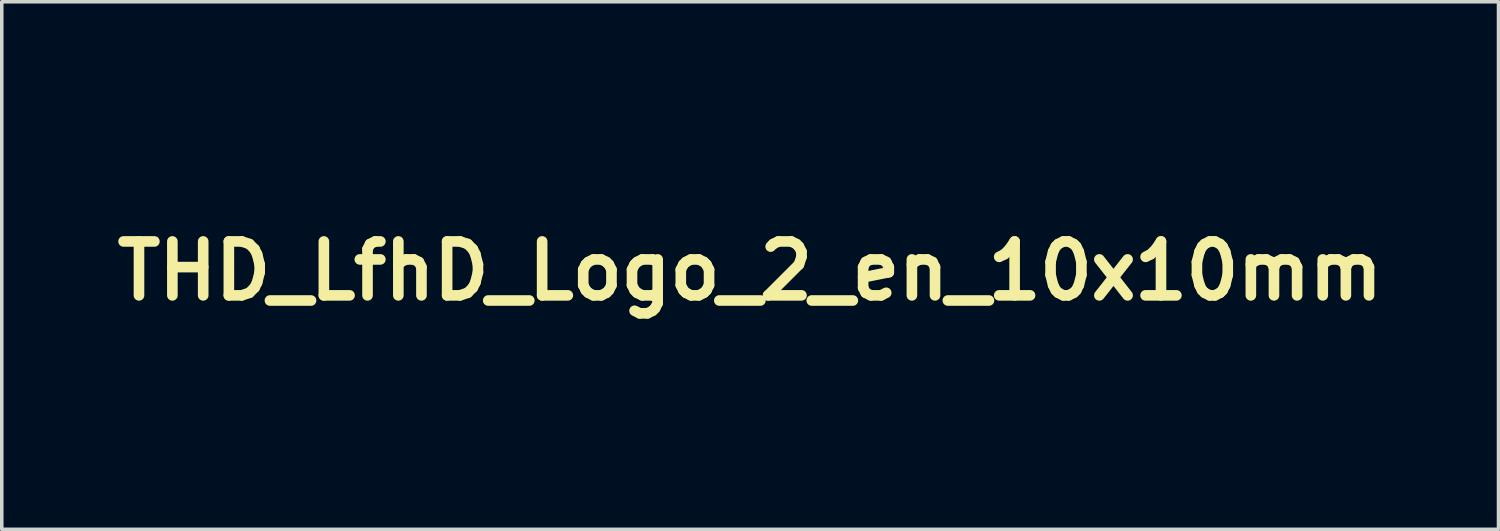
<source format=kicad_pcb>
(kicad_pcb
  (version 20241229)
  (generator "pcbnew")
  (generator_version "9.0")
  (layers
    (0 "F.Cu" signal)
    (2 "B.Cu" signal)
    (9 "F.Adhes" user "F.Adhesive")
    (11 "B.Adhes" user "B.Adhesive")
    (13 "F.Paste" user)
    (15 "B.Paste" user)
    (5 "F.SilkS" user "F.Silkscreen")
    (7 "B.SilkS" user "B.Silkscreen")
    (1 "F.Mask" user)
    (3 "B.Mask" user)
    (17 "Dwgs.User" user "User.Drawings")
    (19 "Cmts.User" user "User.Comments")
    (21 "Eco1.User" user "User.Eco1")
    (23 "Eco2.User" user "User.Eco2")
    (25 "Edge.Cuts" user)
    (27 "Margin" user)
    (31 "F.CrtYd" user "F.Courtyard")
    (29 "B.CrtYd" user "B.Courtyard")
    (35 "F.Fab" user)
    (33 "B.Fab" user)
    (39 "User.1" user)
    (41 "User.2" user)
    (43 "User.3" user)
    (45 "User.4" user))
  (footprint "THD_LfhD_Logo_2_en_10x10mm"
    (layer "F.Cu")
    (at 18.15 4.608)
    (property "Reference" "THD_LfhD_Logo_2_en_10x10mm" (at 0 0 0) (layer "F.SilkS") (effects (font (size 1.524 1.524) (thickness 0.3))))
    (attr through_hole)
    (fp_poly (pts (xy 0.204 3.513) (xy 0.287 3.523) (xy 0.304 4.294) (xy 0.121 4.294) (xy 0.121 3.504) (xy 0.204 3.513)) (stroke (width 0.01) (type solid)) (fill yes) (layer "F.Mask"))
    (fp_poly (pts (xy 1.897 -4.589) (xy 2.404 -4.581) (xy 2.404 -0.953) (xy 1.391 -0.936) (xy 1.391 -4.598) (xy 1.897 -4.589)) (stroke (width 0.01) (type solid)) (fill yes) (layer "F.Mask"))
    (fp_poly (pts (xy -3.273 3.513) (xy -3.19 3.523) (xy -3.19 4.279) (xy -3.273 4.288) (xy -3.356 4.298) (xy -3.356 3.504) (xy -3.273 3.513)) (stroke (width 0.01) (type solid)) (fill yes) (layer "F.Mask"))
    (fp_poly (pts (xy -2.073 3.523) (xy -2.047 3.548) (xy -2.041 3.593) (xy -2.037 3.685) (xy -2.036 3.809) (xy -2.036 3.934) (xy -2.041 4.279) (xy -2.207 4.298) (xy -2.207 3.508) (xy -2.135 3.508) (xy -2.073 3.523)) (stroke (width 0.01) (type solid)) (fill yes) (layer "F.Mask"))
    (fp_poly (pts (xy -0.403 3.51) (xy -0.382 3.523) (xy -0.37 3.559) (xy -0.364 3.628) (xy -0.363 3.742) (xy -0.363 3.81) (xy -0.363 4.112) (xy 0.03 4.112) (xy 0.03 4.294) (xy -0.529 4.294) (xy -0.52 3.901) (xy -0.511 3.508) (xy -0.437 3.508) (xy -0.403 3.51)) (stroke (width 0.01) (type solid)) (fill yes) (layer "F.Mask"))
    (fp_poly (pts (xy -1.27 3.598) (xy -1.275 3.656) (xy -1.301 3.682) (xy -1.365 3.689) (xy -1.391 3.689) (xy -1.512 3.689) (xy -1.512 4.294) (xy -1.663 4.294) (xy -1.663 3.689) (xy -1.784 3.689) (xy -1.862 3.685) (xy -1.896 3.666) (xy -1.905 3.618) (xy -1.905 3.598) (xy -1.905 3.508) (xy -1.27 3.508) (xy -1.27 3.598)) (stroke (width 0.01) (type solid)) (fill yes) (layer "F.Mask"))
    (fp_poly (pts (xy 1.119 2.268) (xy 1.114 2.326) (xy 1.088 2.352) (xy 1.024 2.358) (xy 0.998 2.359) (xy 0.877 2.359) (xy 0.877 2.963) (xy 0.726 2.963) (xy 0.726 2.359) (xy 0.605 2.359) (xy 0.527 2.355) (xy 0.493 2.336) (xy 0.484 2.287) (xy 0.484 2.268) (xy 0.484 2.177) (xy 1.119 2.177) (xy 1.119 2.268)) (stroke (width 0.01) (type solid)) (fill yes) (layer "F.Mask"))
    (fp_poly (pts (xy 1.572 -0.333) (xy 1.568 -0.274) (xy 1.542 -0.249) (xy 1.477 -0.242) (xy 1.451 -0.242) (xy 1.33 -0.242) (xy 1.33 0.363) (xy 1.179 0.363) (xy 1.179 -0.242) (xy 1.058 -0.242) (xy 0.981 -0.245) (xy 0.946 -0.265) (xy 0.938 -0.313) (xy 0.937 -0.333) (xy 0.937 -0.423) (xy 1.572 -0.423) (xy 1.572 -0.333)) (stroke (width 0.01) (type solid)) (fill yes) (layer "F.Mask"))
    (fp_poly (pts (xy -0.423 -0.968) (xy -0.932 -0.968) (xy -1.102 -0.969) (xy -1.25 -0.972) (xy -1.366 -0.977) (xy -1.44 -0.983) (xy -1.462 -0.988) (xy -1.465 -1.021) (xy -1.469 -1.109) (xy -1.472 -1.246) (xy -1.475 -1.426) (xy -1.478 -1.643) (xy -1.48 -1.892) (xy -1.481 -2.167) (xy -1.482 -2.462) (xy -1.482 -2.545) (xy -1.482 -4.082) (xy -0.423 -4.082) (xy -0.423 -0.968)) (stroke (width 0.01) (type solid)) (fill yes) (layer "F.Mask"))
    (fp_poly (pts (xy 1.111 -2.759) (xy 1.104 -0.922) (xy 0.99 -0.913) (xy 0.901 -0.916) (xy 0.862 -0.943) (xy 0.857 -0.983) (xy 0.853 -1.075) (xy 0.849 -1.211) (xy 0.845 -1.382) (xy 0.842 -1.581) (xy 0.839 -1.798) (xy 0.839 -1.799) (xy 0.832 -2.616) (xy 0.333 -2.619) (xy -0.166 -2.622) (xy -0.176 -2.763) (xy -0.185 -2.903) (xy 0.847 -2.903) (xy 0.847 -4.596) (xy 1.119 -4.596) (xy 1.111 -2.759)) (stroke (width 0.01) (type solid)) (fill yes) (layer "F.Mask"))
    (fp_poly (pts (xy 2.449 3.598) (xy 2.445 3.656) (xy 2.419 3.682) (xy 2.354 3.689) (xy 2.328 3.689) (xy 2.207 3.689) (xy 2.207 4.294) (xy 2.026 4.294) (xy 2.026 3.689) (xy 1.922 3.689) (xy 1.832 3.677) (xy 1.792 3.638) (xy 1.799 3.568) (xy 1.813 3.541) (xy 1.84 3.523) (xy 1.893 3.513) (xy 1.983 3.509) (xy 2.121 3.508) (xy 2.134 3.508) (xy 2.449 3.508) (xy 2.449 3.598)) (stroke (width 0.01) (type solid)) (fill yes) (layer "F.Mask"))
    (fp_poly (pts (xy 3.712 3.513) (xy 3.76 3.528) (xy 3.808 3.569) (xy 3.866 3.644) (xy 3.931 3.747) (xy 4.067 3.972) (xy 4.076 3.74) (xy 4.085 3.508) (xy 4.264 3.508) (xy 4.264 4.298) (xy 4.167 4.288) (xy 4.116 4.277) (xy 4.071 4.248) (xy 4.023 4.191) (xy 3.96 4.095) (xy 3.933 4.052) (xy 3.795 3.825) (xy 3.786 4.059) (xy 3.781 4.177) (xy 3.772 4.247) (xy 3.757 4.281) (xy 3.729 4.293) (xy 3.703 4.294) (xy 3.629 4.294) (xy 3.629 3.504) (xy 3.712 3.513)) (stroke (width 0.01) (type solid)) (fill yes) (layer "F.Mask"))
    (fp_poly (pts (xy 2.588 3.509) (xy 2.608 3.521) (xy 2.621 3.551) (xy 2.627 3.611) (xy 2.63 3.71) (xy 2.631 3.857) (xy 2.631 3.901) (xy 2.63 4.061) (xy 2.628 4.17) (xy 2.623 4.239) (xy 2.612 4.276) (xy 2.594 4.291) (xy 2.567 4.294) (xy 2.56 4.294) (xy 2.497 4.286) (xy 2.469 4.274) (xy 2.459 4.233) (xy 2.452 4.147) (xy 2.45 4.031) (xy 2.453 3.9) (xy 2.459 3.769) (xy 2.469 3.666) (xy 2.483 3.573) (xy 2.502 3.526) (xy 2.535 3.509) (xy 2.559 3.508) (xy 2.588 3.509)) (stroke (width 0.01) (type solid)) (fill yes) (layer "F.Mask"))
    (fp_poly (pts (xy -1.217 0.913) (xy -1.134 0.922) (xy -1.128 1.308) (xy -1.122 1.693) (xy -1.211 1.693) (xy -1.264 1.69) (xy -1.29 1.669) (xy -1.299 1.616) (xy -1.3 1.542) (xy -1.3 1.391) (xy -1.603 1.391) (xy -1.603 1.542) (xy -1.605 1.632) (xy -1.617 1.676) (xy -1.649 1.692) (xy -1.694 1.693) (xy -1.786 1.693) (xy -1.769 0.922) (xy -1.686 0.913) (xy -1.637 0.91) (xy -1.612 0.928) (xy -1.604 0.98) (xy -1.603 1.056) (xy -1.603 1.21) (xy -1.3 1.21) (xy -1.3 1.056) (xy -1.298 0.966) (xy -1.287 0.922) (xy -1.259 0.91) (xy -1.217 0.913)) (stroke (width 0.01) (type solid)) (fill yes) (layer "F.Mask"))
    (fp_poly (pts (xy 2.277 2.189) (xy 2.401 2.23) (xy 2.482 2.305) (xy 2.526 2.421) (xy 2.54 2.583) (xy 2.54 2.592) (xy 2.525 2.741) (xy 2.475 2.848) (xy 2.385 2.917) (xy 2.25 2.954) (xy 2.109 2.962) (xy 1.875 2.963) (xy 1.875 2.359) (xy 2.056 2.359) (xy 2.056 2.782) (xy 2.167 2.782) (xy 2.257 2.769) (xy 2.329 2.736) (xy 2.334 2.732) (xy 2.376 2.658) (xy 2.388 2.559) (xy 2.368 2.463) (xy 2.339 2.414) (xy 2.261 2.37) (xy 2.172 2.359) (xy 2.056 2.359) (xy 1.875 2.359) (xy 1.875 2.177) (xy 2.103 2.177) (xy 2.277 2.189)) (stroke (width 0.01) (type solid)) (fill yes) (layer "F.Mask"))
    (fp_poly (pts (xy -2.691 -2.51) (xy -2.691 -2.147) (xy -2.692 -1.84) (xy -2.694 -1.586) (xy -2.697 -1.38) (xy -2.7 -1.219) (xy -2.704 -1.098) (xy -2.71 -1.014) (xy -2.717 -0.961) (xy -2.725 -0.937) (xy -2.729 -0.935) (xy -2.797 -0.932) (xy -2.905 -0.93) (xy -3.04 -0.929) (xy -3.19 -0.928) (xy -3.342 -0.927) (xy -3.484 -0.927) (xy -3.602 -0.928) (xy -3.685 -0.93) (xy -3.719 -0.932) (xy -3.727 -0.965) (xy -3.733 -1.057) (xy -3.739 -1.207) (xy -3.743 -1.413) (xy -3.746 -1.675) (xy -3.748 -1.991) (xy -3.749 -2.36) (xy -3.75 -2.512) (xy -3.75 -4.082) (xy -2.691 -4.082) (xy -2.691 -2.51)) (stroke (width 0.01) (type solid)) (fill yes) (layer "F.Mask"))
    (fp_poly (pts (xy -1.028 2.359) (xy -1.24 2.359) (xy -1.351 2.36) (xy -1.415 2.368) (xy -1.444 2.384) (xy -1.451 2.414) (xy -1.451 2.419) (xy -1.445 2.452) (xy -1.418 2.47) (xy -1.356 2.478) (xy -1.255 2.48) (xy -1.058 2.48) (xy -1.058 2.661) (xy -1.255 2.661) (xy -1.361 2.663) (xy -1.421 2.671) (xy -1.446 2.69) (xy -1.451 2.721) (xy -1.446 2.752) (xy -1.422 2.77) (xy -1.366 2.779) (xy -1.265 2.782) (xy -1.225 2.782) (xy -0.998 2.782) (xy -0.998 2.963) (xy -1.308 2.963) (xy -1.618 2.963) (xy -1.612 2.578) (xy -1.605 2.192) (xy -1.317 2.184) (xy -1.028 2.175) (xy -1.028 2.359)) (stroke (width 0.01) (type solid)) (fill yes) (layer "F.Mask"))
    (fp_poly (pts (xy -0.423 -4.294) (xy -2.177 -4.294) (xy -2.177 -2.631) (xy -2.177 -2.257) (xy -2.178 -1.939) (xy -2.18 -1.675) (xy -2.182 -1.459) (xy -2.185 -1.287) (xy -2.19 -1.157) (xy -2.195 -1.064) (xy -2.201 -1.003) (xy -2.209 -0.972) (xy -2.215 -0.966) (xy -2.271 -0.96) (xy -2.347 -0.951) (xy -2.418 -0.948) (xy -2.46 -0.958) (xy -2.46 -0.958) (xy -2.464 -0.991) (xy -2.467 -1.079) (xy -2.47 -1.217) (xy -2.473 -1.398) (xy -2.475 -1.617) (xy -2.477 -1.869) (xy -2.479 -2.149) (xy -2.479 -2.45) (xy -2.48 -2.636) (xy -2.48 -4.294) (xy -4.233 -4.294) (xy -4.233 -4.596) (xy -0.423 -4.596) (xy -0.423 -4.294)) (stroke (width 0.01) (type solid)) (fill yes) (layer "F.Mask"))
    (fp_poly (pts (xy -3.908 3.509) (xy -3.771 3.513) (xy -3.677 3.529) (xy -3.61 3.564) (xy -3.554 3.623) (xy -3.529 3.658) (xy -3.492 3.751) (xy -3.478 3.875) (xy -3.485 4.006) (xy -3.515 4.117) (xy -3.528 4.143) (xy -3.586 4.216) (xy -3.665 4.263) (xy -3.778 4.287) (xy -3.932 4.294) (xy -4.143 4.294) (xy -4.143 3.689) (xy -3.961 3.689) (xy -3.961 4.112) (xy -3.85 4.112) (xy -3.76 4.099) (xy -3.689 4.066) (xy -3.684 4.062) (xy -3.642 3.989) (xy -3.63 3.89) (xy -3.649 3.793) (xy -3.679 3.744) (xy -3.756 3.7) (xy -3.845 3.689) (xy -3.961 3.689) (xy -4.143 3.689) (xy -4.143 3.508) (xy -3.908 3.509)) (stroke (width 0.01) (type solid)) (fill yes) (layer "F.Mask"))
    (fp_poly (pts (xy -3.84 0.996) (xy -3.843 1.047) (xy -3.862 1.074) (xy -3.912 1.087) (xy -4.006 1.094) (xy -4.014 1.095) (xy -4.117 1.104) (xy -4.174 1.122) (xy -4.196 1.152) (xy -4.197 1.157) (xy -4.195 1.187) (xy -4.164 1.203) (xy -4.091 1.209) (xy -4.039 1.21) (xy -3.943 1.211) (xy -3.893 1.221) (xy -3.874 1.247) (xy -3.87 1.297) (xy -3.87 1.3) (xy -3.873 1.352) (xy -3.892 1.379) (xy -3.94 1.389) (xy -4.034 1.391) (xy -4.203 1.391) (xy -4.203 1.542) (xy -4.205 1.632) (xy -4.217 1.676) (xy -4.249 1.692) (xy -4.294 1.693) (xy -4.385 1.693) (xy -4.385 0.907) (xy -3.84 0.907) (xy -3.84 0.996)) (stroke (width 0.01) (type solid)) (fill yes) (layer "F.Mask"))
    (fp_poly (pts (xy 0.953 0.912) (xy 1.056 0.93) (xy 1.126 0.966) (xy 1.176 1.026) (xy 1.194 1.058) (xy 1.224 1.154) (xy 1.238 1.279) (xy 1.234 1.405) (xy 1.213 1.505) (xy 1.206 1.521) (xy 1.151 1.603) (xy 1.08 1.655) (xy 0.978 1.683) (xy 0.832 1.692) (xy 0.809 1.693) (xy 0.575 1.693) (xy 0.575 1.089) (xy 0.756 1.089) (xy 0.756 1.512) (xy 0.891 1.512) (xy 0.986 1.504) (xy 1.04 1.477) (xy 1.057 1.453) (xy 1.085 1.357) (xy 1.082 1.25) (xy 1.051 1.161) (xy 1.039 1.144) (xy 0.961 1.1) (xy 0.872 1.089) (xy 0.756 1.089) (xy 0.575 1.089) (xy 0.575 0.907) (xy 0.803 0.907) (xy 0.953 0.912)) (stroke (width 0.01) (type solid)) (fill yes) (layer "F.Mask"))
    (fp_poly (pts (xy 1.754 2.356) (xy 1.535 2.365) (xy 1.416 2.372) (xy 1.347 2.385) (xy 1.318 2.406) (xy 1.315 2.419) (xy 1.33 2.445) (xy 1.381 2.461) (xy 1.478 2.471) (xy 1.519 2.473) (xy 1.628 2.479) (xy 1.689 2.489) (xy 1.716 2.509) (xy 1.723 2.545) (xy 1.724 2.57) (xy 1.721 2.617) (xy 1.705 2.644) (xy 1.662 2.658) (xy 1.578 2.664) (xy 1.519 2.667) (xy 1.405 2.675) (xy 1.341 2.689) (xy 1.317 2.712) (xy 1.315 2.721) (xy 1.329 2.747) (xy 1.377 2.763) (xy 1.47 2.772) (xy 1.535 2.776) (xy 1.754 2.785) (xy 1.754 2.963) (xy 1.149 2.963) (xy 1.149 2.177) (xy 1.754 2.177) (xy 1.754 2.356)) (stroke (width 0.01) (type solid)) (fill yes) (layer "F.Mask"))
    (fp_poly (pts (xy 4.505 1.089) (xy 4.294 1.089) (xy 4.183 1.09) (xy 4.119 1.098) (xy 4.09 1.114) (xy 4.082 1.144) (xy 4.082 1.149) (xy 4.088 1.182) (xy 4.116 1.2) (xy 4.177 1.208) (xy 4.279 1.21) (xy 4.475 1.21) (xy 4.475 1.391) (xy 4.279 1.391) (xy 4.172 1.393) (xy 4.113 1.401) (xy 4.087 1.42) (xy 4.082 1.451) (xy 4.088 1.483) (xy 4.114 1.502) (xy 4.173 1.51) (xy 4.279 1.512) (xy 4.29 1.512) (xy 4.4 1.513) (xy 4.464 1.521) (xy 4.496 1.539) (xy 4.51 1.573) (xy 4.513 1.587) (xy 4.518 1.649) (xy 4.511 1.678) (xy 4.476 1.684) (xy 4.394 1.69) (xy 4.28 1.693) (xy 4.198 1.693) (xy 3.901 1.693) (xy 3.901 0.907) (xy 4.505 0.907) (xy 4.505 1.089)) (stroke (width 0.01) (type solid)) (fill yes) (layer "F.Mask"))
    (fp_poly (pts (xy -0.951 -0.413) (xy -0.838 -0.36) (xy -0.746 -0.269) (xy -0.695 -0.165) (xy -0.671 -0.012) (xy -0.699 0.127) (xy -0.771 0.242) (xy -0.881 0.324) (xy -1.022 0.361) (xy -1.056 0.363) (xy -1.161 0.355) (xy -1.238 0.323) (xy -1.295 0.277) (xy -1.375 0.181) (xy -1.413 0.07) (xy -1.416 -0.03) (xy -1.27 -0.03) (xy -1.245 0.072) (xy -1.178 0.143) (xy -1.086 0.178) (xy -0.982 0.169) (xy -0.914 0.134) (xy -0.862 0.072) (xy -0.847 -0.022) (xy -0.869 -0.138) (xy -0.932 -0.213) (xy -1.035 -0.242) (xy -1.048 -0.242) (xy -1.157 -0.216) (xy -1.235 -0.148) (xy -1.269 -0.047) (xy -1.27 -0.03) (xy -1.416 -0.03) (xy -1.417 -0.073) (xy -1.413 -0.115) (xy -1.373 -0.246) (xy -1.295 -0.343) (xy -1.191 -0.403) (xy -1.073 -0.427) (xy -0.951 -0.413)) (stroke (width 0.01) (type solid)) (fill yes) (layer "F.Mask"))
    (fp_poly (pts (xy 2.081 -0.397) (xy 2.198 -0.324) (xy 2.278 -0.214) (xy 2.314 -0.077) (xy 2.301 0.079) (xy 2.299 0.089) (xy 2.235 0.224) (xy 2.13 0.316) (xy 1.991 0.36) (xy 1.935 0.363) (xy 1.822 0.353) (xy 1.736 0.315) (xy 1.696 0.285) (xy 1.605 0.171) (xy 1.56 0.029) (xy 1.562 -0.015) (xy 1.726 -0.015) (xy 1.753 0.085) (xy 1.771 0.114) (xy 1.841 0.167) (xy 1.935 0.182) (xy 2.032 0.159) (xy 2.086 0.121) (xy 2.135 0.035) (xy 2.144 -0.068) (xy 2.114 -0.163) (xy 2.097 -0.187) (xy 2.023 -0.229) (xy 1.924 -0.241) (xy 1.828 -0.221) (xy 1.779 -0.192) (xy 1.735 -0.116) (xy 1.726 -0.015) (xy 1.562 -0.015) (xy 1.566 -0.125) (xy 1.572 -0.149) (xy 1.636 -0.284) (xy 1.74 -0.376) (xy 1.879 -0.42) (xy 1.935 -0.423) (xy 2.081 -0.397)) (stroke (width 0.01) (type solid)) (fill yes) (layer "F.Mask"))
    (fp_poly (pts (xy 3.785 -0.418) (xy 3.81 -0.405) (xy 3.795 -0.372) (xy 3.755 -0.302) (xy 3.698 -0.206) (xy 3.674 -0.168) (xy 3.604 -0.049) (xy 3.562 0.04) (xy 3.543 0.119) (xy 3.538 0.207) (xy 3.536 0.298) (xy 3.524 0.345) (xy 3.495 0.361) (xy 3.462 0.363) (xy 3.419 0.359) (xy 3.396 0.336) (xy 3.388 0.279) (xy 3.387 0.197) (xy 3.382 0.105) (xy 3.365 0.028) (xy 3.327 -0.056) (xy 3.261 -0.165) (xy 3.251 -0.181) (xy 3.188 -0.28) (xy 3.141 -0.359) (xy 3.116 -0.403) (xy 3.115 -0.409) (xy 3.141 -0.419) (xy 3.204 -0.423) (xy 3.264 -0.414) (xy 3.313 -0.376) (xy 3.367 -0.297) (xy 3.373 -0.287) (xy 3.422 -0.211) (xy 3.459 -0.161) (xy 3.473 -0.151) (xy 3.497 -0.176) (xy 3.537 -0.238) (xy 3.565 -0.287) (xy 3.615 -0.371) (xy 3.661 -0.412) (xy 3.718 -0.423) (xy 3.723 -0.423) (xy 3.785 -0.418)) (stroke (width 0.01) (type solid)) (fill yes) (layer "F.Mask"))
    (fp_poly (pts (xy -3.255 0.914) (xy -3.18 0.944) (xy -3.102 1.009) (xy -3.042 1.07) (xy -3.009 1.124) (xy -2.996 1.194) (xy -2.994 1.3) (xy -2.996 1.408) (xy -3.01 1.477) (xy -3.042 1.531) (xy -3.102 1.591) (xy -3.181 1.657) (xy -3.256 1.686) (xy -3.356 1.693) (xy -3.458 1.686) (xy -3.533 1.656) (xy -3.611 1.591) (xy -3.671 1.531) (xy -3.703 1.476) (xy -3.717 1.407) (xy -3.719 1.3) (xy -3.568 1.3) (xy -3.556 1.396) (xy -3.513 1.456) (xy -3.501 1.465) (xy -3.398 1.506) (xy -3.291 1.501) (xy -3.205 1.451) (xy -3.15 1.36) (xy -3.144 1.263) (xy -3.182 1.175) (xy -3.256 1.112) (xy -3.356 1.089) (xy -3.468 1.113) (xy -3.54 1.182) (xy -3.568 1.29) (xy -3.568 1.3) (xy -3.719 1.3) (xy -3.717 1.193) (xy -3.703 1.124) (xy -3.671 1.07) (xy -3.611 1.009) (xy -3.532 0.944) (xy -3.457 0.914) (xy -3.356 0.907) (xy -3.255 0.914)) (stroke (width 0.01) (type solid)) (fill yes) (layer "F.Mask"))
    (fp_poly (pts (xy 3.226 3.516) (xy 3.303 3.549) (xy 3.379 3.611) (xy 3.441 3.672) (xy 3.475 3.726) (xy 3.489 3.794) (xy 3.491 3.899) (xy 3.491 3.901) (xy 3.489 4.007) (xy 3.475 4.075) (xy 3.442 4.129) (xy 3.38 4.19) (xy 3.379 4.191) (xy 3.297 4.256) (xy 3.222 4.286) (xy 3.123 4.294) (xy 3.002 4.281) (xy 2.913 4.238) (xy 2.898 4.226) (xy 2.805 4.124) (xy 2.76 4.007) (xy 2.752 3.901) (xy 2.752 3.901) (xy 2.903 3.901) (xy 2.928 4.003) (xy 2.995 4.074) (xy 3.087 4.109) (xy 3.191 4.099) (xy 3.259 4.065) (xy 3.311 4.003) (xy 3.326 3.909) (xy 3.304 3.793) (xy 3.241 3.718) (xy 3.138 3.689) (xy 3.125 3.689) (xy 3.015 3.715) (xy 2.938 3.783) (xy 2.903 3.884) (xy 2.903 3.901) (xy 2.752 3.901) (xy 2.775 3.742) (xy 2.844 3.621) (xy 2.954 3.541) (xy 3.101 3.508) (xy 3.129 3.508) (xy 3.226 3.516)) (stroke (width 0.01) (type solid)) (fill yes) (layer "F.Mask"))
    (fp_poly (pts (xy -2.589 3.513) (xy -2.518 3.538) (xy -2.454 3.59) (xy -2.447 3.596) (xy -2.381 3.671) (xy -2.363 3.723) (xy -2.392 3.763) (xy -2.422 3.781) (xy -2.477 3.798) (xy -2.526 3.771) (xy -2.544 3.752) (xy -2.63 3.7) (xy -2.735 3.695) (xy -2.836 3.736) (xy -2.886 3.804) (xy -2.905 3.899) (xy -2.89 3.995) (xy -2.848 4.062) (xy -2.794 4.089) (xy -2.713 4.106) (xy -2.627 4.113) (xy -2.553 4.108) (xy -2.513 4.091) (xy -2.51 4.082) (xy -2.536 4.061) (xy -2.599 4.052) (xy -2.6 4.052) (xy -2.665 4.044) (xy -2.688 4.009) (xy -2.691 3.961) (xy -2.691 3.87) (xy -2.328 3.87) (xy -2.328 3.978) (xy -2.337 4.068) (xy -2.357 4.139) (xy -2.358 4.142) (xy -2.424 4.211) (xy -2.531 4.263) (xy -2.658 4.291) (xy -2.709 4.294) (xy -2.805 4.284) (xy -2.883 4.245) (xy -2.943 4.194) (xy -3.041 4.067) (xy -3.081 3.929) (xy -3.064 3.788) (xy -2.989 3.653) (xy -2.949 3.609) (xy -2.879 3.547) (xy -2.812 3.517) (xy -2.721 3.508) (xy -2.692 3.508) (xy -2.589 3.513)) (stroke (width 0.01) (type solid)) (fill yes) (layer "F.Mask"))
    (fp_poly (pts (xy -0.974 3.525) (xy -0.944 3.54) (xy -0.914 3.575) (xy -0.881 3.639) (xy -0.836 3.742) (xy -0.779 3.885) (xy -0.725 4.023) (xy -0.68 4.14) (xy -0.649 4.226) (xy -0.635 4.269) (xy -0.635 4.27) (xy -0.661 4.288) (xy -0.71 4.294) (xy -0.781 4.27) (xy -0.832 4.203) (xy -0.868 4.146) (xy -0.915 4.12) (xy -0.995 4.113) (xy -1.016 4.112) (xy -1.104 4.116) (xy -1.151 4.136) (xy -1.18 4.182) (xy -1.189 4.203) (xy -1.227 4.27) (xy -1.286 4.293) (xy -1.307 4.294) (xy -1.368 4.291) (xy -1.391 4.286) (xy -1.381 4.256) (xy -1.353 4.181) (xy -1.311 4.07) (xy -1.259 3.935) (xy -1.246 3.9) (xy -1.243 3.893) (xy -1.082 3.893) (xy -1.079 3.923) (xy -1.04 3.931) (xy -1.011 3.931) (xy -0.956 3.923) (xy -0.947 3.889) (xy -0.954 3.863) (xy -0.987 3.785) (xy -1.019 3.767) (xy -1.052 3.809) (xy -1.057 3.822) (xy -1.082 3.893) (xy -1.243 3.893) (xy -1.186 3.748) (xy -1.143 3.643) (xy -1.109 3.577) (xy -1.081 3.541) (xy -1.051 3.526) (xy -1.016 3.523) (xy -1.012 3.523) (xy -0.974 3.525)) (stroke (width 0.01) (type solid)) (fill yes) (layer "F.Mask"))
    (fp_poly (pts (xy 2.684 0.925) (xy 2.715 0.939) (xy 2.744 0.973) (xy 2.777 1.037) (xy 2.821 1.139) (xy 2.88 1.284) (xy 2.934 1.422) (xy 2.979 1.54) (xy 3.01 1.625) (xy 3.024 1.668) (xy 3.024 1.67) (xy 2.998 1.687) (xy 2.935 1.693) (xy 2.869 1.683) (xy 2.837 1.638) (xy 2.827 1.603) (xy 2.811 1.549) (xy 2.782 1.522) (xy 2.721 1.513) (xy 2.656 1.512) (xy 2.564 1.515) (xy 2.514 1.531) (xy 2.484 1.569) (xy 2.47 1.603) (xy 2.432 1.67) (xy 2.372 1.693) (xy 2.352 1.693) (xy 2.291 1.691) (xy 2.268 1.686) (xy 2.279 1.656) (xy 2.307 1.581) (xy 2.348 1.47) (xy 2.399 1.335) (xy 2.413 1.3) (xy 2.416 1.291) (xy 2.577 1.291) (xy 2.579 1.322) (xy 2.615 1.33) (xy 2.646 1.33) (xy 2.702 1.323) (xy 2.72 1.308) (xy 2.706 1.267) (xy 2.677 1.21) (xy 2.635 1.134) (xy 2.603 1.219) (xy 2.577 1.291) (xy 2.416 1.291) (xy 2.471 1.148) (xy 2.514 1.043) (xy 2.547 0.977) (xy 2.575 0.941) (xy 2.605 0.926) (xy 2.641 0.922) (xy 2.646 0.922) (xy 2.684 0.925)) (stroke (width 0.01) (type solid)) (fill yes) (layer "F.Mask"))
    (fp_poly (pts (xy -3.477 0.181) (xy -3.28 0.181) (xy -3.172 0.184) (xy -3.108 0.193) (xy -3.074 0.215) (xy -3.056 0.249) (xy -3.033 0.292) (xy -3.016 0.28) (xy -3.012 0.272) (xy -2.995 0.227) (xy -2.962 0.138) (xy -2.917 0.02) (xy -2.888 -0.059) (xy -2.719 -0.059) (xy -2.708 -0.014) (xy -2.666 -0.000077) (xy -2.661 0) (xy -2.612 -0.016) (xy -2.602 -0.038) (xy -2.616 -0.091) (xy -2.642 -0.147) (xy -2.682 -0.219) (xy -2.701 -0.147) (xy -2.719 -0.059) (xy -2.888 -0.059) (xy -2.876 -0.091) (xy -2.824 -0.229) (xy -2.785 -0.321) (xy -2.753 -0.376) (xy -2.723 -0.404) (xy -2.686 -0.415) (xy -2.67 -0.417) (xy -2.634 -0.419) (xy -2.606 -0.41) (xy -2.579 -0.381) (xy -2.548 -0.325) (xy -2.508 -0.233) (xy -2.454 -0.096) (xy -2.429 -0.032) (xy -2.275 0.363) (xy -2.364 0.363) (xy -2.433 0.35) (xy -2.473 0.301) (xy -2.484 0.272) (xy -2.508 0.218) (xy -2.544 0.191) (xy -2.61 0.182) (xy -2.665 0.181) (xy -2.756 0.185) (xy -2.806 0.2) (xy -2.834 0.239) (xy -2.847 0.272) (xy -2.879 0.363) (xy -3.629 0.363) (xy -3.629 -0.423) (xy -3.477 -0.423) (xy -3.477 0.181)) (stroke (width 0.01) (type solid)) (fill yes) (layer "F.Mask"))
    (fp_poly (pts (xy -2.485 0.909) (xy -2.401 0.916) (xy -2.345 0.932) (xy -2.302 0.962) (xy -2.282 0.981) (xy -2.23 1.052) (xy -2.207 1.123) (xy -2.207 1.126) (xy -2.227 1.214) (xy -2.277 1.288) (xy -2.342 1.328) (xy -2.361 1.33) (xy -2.388 1.337) (xy -2.387 1.362) (xy -2.352 1.415) (xy -2.299 1.484) (xy -2.236 1.568) (xy -2.192 1.634) (xy -2.177 1.666) (xy -2.203 1.686) (xy -2.26 1.693) (xy -2.321 1.68) (xy -2.381 1.634) (xy -2.45 1.55) (xy -2.523 1.465) (xy -2.591 1.41) (xy -2.624 1.396) (xy -2.663 1.396) (xy -2.684 1.419) (xy -2.691 1.48) (xy -2.691 1.54) (xy -2.693 1.63) (xy -2.705 1.676) (xy -2.736 1.691) (xy -2.782 1.693) (xy -2.873 1.693) (xy -2.873 1.151) (xy -2.691 1.151) (xy -2.684 1.188) (xy -2.654 1.204) (xy -2.583 1.206) (xy -2.548 1.204) (xy -2.453 1.191) (xy -2.406 1.167) (xy -2.394 1.141) (xy -2.397 1.11) (xy -2.431 1.094) (xy -2.507 1.089) (xy -2.538 1.089) (xy -2.629 1.092) (xy -2.675 1.105) (xy -2.69 1.134) (xy -2.691 1.151) (xy -2.873 1.151) (xy -2.873 0.907) (xy -2.614 0.907) (xy -2.485 0.909)) (stroke (width 0.01) (type solid)) (fill yes) (layer "F.Mask"))
    (fp_poly (pts (xy -0.689 0.913) (xy -0.681 0.914) (xy -0.642 0.92) (xy -0.611 0.938) (xy -0.58 0.977) (xy -0.545 1.046) (xy -0.499 1.154) (xy -0.446 1.284) (xy -0.392 1.422) (xy -0.347 1.54) (xy -0.316 1.625) (xy -0.303 1.668) (xy -0.302 1.67) (xy -0.329 1.687) (xy -0.391 1.693) (xy -0.457 1.683) (xy -0.489 1.638) (xy -0.499 1.603) (xy -0.515 1.549) (xy -0.545 1.522) (xy -0.606 1.513) (xy -0.669 1.512) (xy -0.76 1.515) (xy -0.81 1.531) (xy -0.838 1.569) (xy -0.851 1.603) (xy -0.886 1.669) (xy -0.943 1.692) (xy -0.973 1.693) (xy -1.033 1.687) (xy -1.054 1.671) (xy -1.053 1.67) (xy -1.04 1.635) (xy -1.009 1.553) (xy -0.967 1.438) (xy -0.916 1.301) (xy -0.913 1.292) (xy -0.749 1.292) (xy -0.746 1.323) (xy -0.708 1.33) (xy -0.678 1.33) (xy -0.623 1.323) (xy -0.615 1.289) (xy -0.621 1.262) (xy -0.654 1.184) (xy -0.687 1.166) (xy -0.719 1.208) (xy -0.725 1.222) (xy -0.749 1.292) (xy -0.913 1.292) (xy -0.907 1.276) (xy -0.851 1.125) (xy -0.811 1.022) (xy -0.78 0.958) (xy -0.753 0.925) (xy -0.725 0.912) (xy -0.689 0.913)) (stroke (width 0.01) (type solid)) (fill yes) (layer "F.Mask"))
    (fp_poly (pts (xy 0.176 0.909) (xy 0.26 0.916) (xy 0.316 0.932) (xy 0.358 0.962) (xy 0.379 0.981) (xy 0.431 1.052) (xy 0.454 1.123) (xy 0.454 1.126) (xy 0.434 1.214) (xy 0.384 1.288) (xy 0.319 1.328) (xy 0.3 1.33) (xy 0.273 1.337) (xy 0.274 1.362) (xy 0.309 1.415) (xy 0.362 1.484) (xy 0.425 1.568) (xy 0.469 1.634) (xy 0.484 1.666) (xy 0.458 1.686) (xy 0.401 1.693) (xy 0.34 1.68) (xy 0.28 1.634) (xy 0.211 1.55) (xy 0.138 1.465) (xy 0.07 1.41) (xy 0.037 1.396) (xy -0.002 1.396) (xy -0.023 1.419) (xy -0.03 1.48) (xy -0.03 1.54) (xy -0.032 1.63) (xy -0.044 1.676) (xy -0.075 1.691) (xy -0.121 1.693) (xy -0.212 1.693) (xy -0.212 1.151) (xy -0.03 1.151) (xy -0.023 1.188) (xy 0.007 1.204) (xy 0.078 1.206) (xy 0.113 1.204) (xy 0.208 1.191) (xy 0.255 1.167) (xy 0.267 1.141) (xy 0.264 1.11) (xy 0.23 1.094) (xy 0.153 1.089) (xy 0.123 1.089) (xy 0.032 1.092) (xy -0.014 1.105) (xy -0.029 1.134) (xy -0.03 1.151) (xy -0.212 1.151) (xy -0.212 0.907) (xy 0.047 0.907) (xy 0.176 0.909)) (stroke (width 0.01) (type solid)) (fill yes) (layer "F.Mask"))
    (fp_poly (pts (xy 3.514 0.908) (xy 3.599 0.914) (xy 3.652 0.928) (xy 3.688 0.953) (xy 3.717 0.987) (xy 3.761 1.062) (xy 3.78 1.131) (xy 3.78 1.131) (xy 3.762 1.208) (xy 3.718 1.28) (xy 3.665 1.325) (xy 3.642 1.33) (xy 3.61 1.335) (xy 3.604 1.355) (xy 3.629 1.401) (xy 3.688 1.482) (xy 3.704 1.503) (xy 3.773 1.597) (xy 3.802 1.654) (xy 3.795 1.683) (xy 3.75 1.693) (xy 3.727 1.693) (xy 3.666 1.68) (xy 3.606 1.634) (xy 3.537 1.55) (xy 3.465 1.465) (xy 3.396 1.41) (xy 3.364 1.396) (xy 3.324 1.396) (xy 3.304 1.419) (xy 3.297 1.48) (xy 3.296 1.54) (xy 3.294 1.63) (xy 3.282 1.676) (xy 3.251 1.691) (xy 3.205 1.693) (xy 3.115 1.693) (xy 3.115 1.158) (xy 3.301 1.158) (xy 3.303 1.191) (xy 3.332 1.205) (xy 3.404 1.206) (xy 3.437 1.204) (xy 3.531 1.192) (xy 3.579 1.169) (xy 3.593 1.14) (xy 3.592 1.107) (xy 3.562 1.093) (xy 3.49 1.092) (xy 3.458 1.094) (xy 3.363 1.106) (xy 3.315 1.129) (xy 3.301 1.158) (xy 3.115 1.158) (xy 3.115 0.907) (xy 3.384 0.907) (xy 3.514 0.908)) (stroke (width 0.01) (type solid)) (fill yes) (layer "F.Mask"))
    (fp_poly (pts (xy -1.931 2.183) (xy -1.881 2.196) (xy -1.846 2.222) (xy -1.817 2.256) (xy -1.77 2.346) (xy -1.757 2.442) (xy -1.775 2.526) (xy -1.821 2.584) (xy -1.876 2.6) (xy -1.924 2.607) (xy -1.935 2.615) (xy -1.918 2.645) (xy -1.874 2.708) (xy -1.814 2.789) (xy -1.693 2.948) (xy -1.792 2.958) (xy -1.877 2.952) (xy -1.92 2.916) (xy -1.983 2.824) (xy -2.058 2.742) (xy -2.129 2.683) (xy -2.18 2.661) (xy -2.215 2.67) (xy -2.232 2.707) (xy -2.237 2.785) (xy -2.238 2.812) (xy -2.24 2.902) (xy -2.253 2.947) (xy -2.283 2.962) (xy -2.313 2.963) (xy -2.371 2.956) (xy -2.391 2.941) (xy -2.391 2.903) (xy -2.392 2.818) (xy -2.392 2.697) (xy -2.392 2.555) (xy -2.392 2.419) (xy -2.238 2.419) (xy -2.229 2.456) (xy -2.195 2.474) (xy -2.119 2.479) (xy -2.09 2.48) (xy -1.981 2.47) (xy -1.929 2.443) (xy -1.925 2.437) (xy -1.919 2.394) (xy -1.948 2.37) (xy -2.022 2.36) (xy -2.091 2.359) (xy -2.18 2.362) (xy -2.224 2.376) (xy -2.237 2.408) (xy -2.238 2.419) (xy -2.392 2.419) (xy -2.392 2.192) (xy -2.136 2.184) (xy -2.011 2.18) (xy -1.931 2.183)) (stroke (width 0.01) (type solid)) (fill yes) (layer "F.Mask"))
    (fp_poly (pts (xy -1.727 -0.415) (xy -1.672 -0.401) (xy -1.63 -0.373) (xy -1.614 -0.359) (xy -1.553 -0.269) (xy -1.551 -0.172) (xy -1.584 -0.105) (xy -1.609 -0.057) (xy -1.596 -0.012) (xy -1.568 0.028) (xy -1.526 0.124) (xy -1.542 0.228) (xy -1.595 0.31) (xy -1.629 0.336) (xy -1.685 0.352) (xy -1.774 0.36) (xy -1.91 0.363) (xy -1.92 0.363) (xy -2.198 0.363) (xy -2.196 0.129) (xy -2.02 0.129) (xy -2.018 0.159) (xy -1.987 0.175) (xy -1.914 0.181) (xy -1.862 0.181) (xy -1.765 0.179) (xy -1.714 0.168) (xy -1.695 0.143) (xy -1.693 0.119) (xy -1.7 0.083) (xy -1.728 0.067) (xy -1.794 0.064) (xy -1.852 0.066) (xy -1.951 0.077) (xy -2.003 0.098) (xy -2.02 0.129) (xy -2.196 0.129) (xy -2.195 -0.023) (xy -2.194 -0.163) (xy -2.017 -0.163) (xy -1.968 -0.132) (xy -1.866 -0.121) (xy -1.858 -0.121) (xy -1.774 -0.125) (xy -1.734 -0.142) (xy -1.724 -0.178) (xy -1.724 -0.181) (xy -1.733 -0.219) (xy -1.77 -0.237) (xy -1.851 -0.242) (xy -1.858 -0.242) (xy -1.943 -0.236) (xy -2.001 -0.22) (xy -2.011 -0.212) (xy -2.017 -0.163) (xy -2.194 -0.163) (xy -2.192 -0.408) (xy -1.939 -0.417) (xy -1.811 -0.42) (xy -1.727 -0.415)) (stroke (width 0.01) (type solid)) (fill yes) (layer "F.Mask"))
    (fp_poly (pts (xy 2.774 -4.587) (xy 3 -4.546) (xy 3.197 -4.488) (xy 3.397 -4.402) (xy 3.44 -4.381) (xy 3.676 -4.236) (xy 3.896 -4.05) (xy 4.091 -3.836) (xy 4.252 -3.602) (xy 4.369 -3.362) (xy 4.425 -3.176) (xy 4.442 -3.056) (xy 4.451 -2.9) (xy 4.453 -2.728) (xy 4.449 -2.56) (xy 4.437 -2.416) (xy 4.424 -2.334) (xy 4.332 -2.073) (xy 4.189 -1.819) (xy 4.004 -1.581) (xy 3.786 -1.371) (xy 3.544 -1.199) (xy 3.326 -1.09) (xy 3.225 -1.048) (xy 3.139 -1.013) (xy 3.099 -0.997) (xy 3.038 -0.981) (xy 2.939 -0.965) (xy 2.85 -0.955) (xy 2.661 -0.938) (xy 2.661 -1.2) (xy 2.835 -1.239) (xy 3.076 -1.301) (xy 3.273 -1.372) (xy 3.442 -1.46) (xy 3.598 -1.572) (xy 3.711 -1.672) (xy 3.901 -1.892) (xy 4.043 -2.14) (xy 4.134 -2.407) (xy 4.174 -2.686) (xy 4.163 -2.969) (xy 4.098 -3.246) (xy 3.981 -3.509) (xy 3.918 -3.609) (xy 3.807 -3.748) (xy 3.669 -3.884) (xy 3.516 -4.008) (xy 3.361 -4.113) (xy 3.214 -4.189) (xy 3.087 -4.229) (xy 3.043 -4.233) (xy 2.978 -4.244) (xy 2.948 -4.264) (xy 2.909 -4.282) (xy 2.832 -4.293) (xy 2.795 -4.294) (xy 2.661 -4.294) (xy 2.661 -4.603) (xy 2.774 -4.587)) (stroke (width 0.01) (type solid)) (fill yes) (layer "F.Mask"))
    (fp_poly (pts (xy -0.726 2.782) (xy -0.529 2.782) (xy -0.423 2.784) (xy -0.363 2.792) (xy -0.338 2.811) (xy -0.333 2.842) (xy -0.324 2.897) (xy -0.301 2.895) (xy -0.263 2.841) (xy -0.214 2.734) (xy -0.182 2.653) (xy -0.134 2.526) (xy 0.031 2.526) (xy 0.044 2.58) (xy 0.091 2.6) (xy 0.14 2.587) (xy 0.151 2.568) (xy 0.138 2.518) (xy 0.118 2.473) (xy 0.088 2.433) (xy 0.063 2.445) (xy 0.058 2.453) (xy 0.031 2.526) (xy -0.134 2.526) (xy -0.134 2.525) (xy -0.088 2.406) (xy -0.054 2.315) (xy -0.047 2.298) (xy -0.007 2.222) (xy 0.049 2.188) (xy 0.08 2.183) (xy 0.116 2.182) (xy 0.145 2.192) (xy 0.173 2.223) (xy 0.205 2.283) (xy 0.247 2.381) (xy 0.304 2.525) (xy 0.31 2.54) (xy 0.364 2.679) (xy 0.408 2.799) (xy 0.44 2.887) (xy 0.453 2.932) (xy 0.454 2.935) (xy 0.428 2.956) (xy 0.376 2.963) (xy 0.313 2.947) (xy 0.273 2.887) (xy 0.268 2.873) (xy 0.243 2.818) (xy 0.208 2.791) (xy 0.142 2.783) (xy 0.086 2.782) (xy -0.005 2.785) (xy -0.054 2.801) (xy -0.082 2.839) (xy -0.095 2.873) (xy -0.127 2.963) (xy -0.877 2.963) (xy -0.877 2.177) (xy -0.726 2.177) (xy -0.726 2.782)) (stroke (width 0.01) (type solid)) (fill yes) (layer "F.Mask"))
    (fp_poly (pts (xy 2.837 -0.419) (xy 2.939 -0.403) (xy 3.004 -0.369) (xy 3.045 -0.312) (xy 3.07 -0.234) (xy 3.07 -0.152) (xy 3.039 -0.071) (xy 2.989 -0.014) (xy 2.948 0) (xy 2.915 0.005) (xy 2.909 0.025) (xy 2.933 0.07) (xy 2.992 0.151) (xy 3.009 0.172) (xy 3.077 0.266) (xy 3.107 0.324) (xy 3.099 0.353) (xy 3.055 0.362) (xy 3.031 0.363) (xy 2.971 0.35) (xy 2.911 0.303) (xy 2.842 0.219) (xy 2.769 0.135) (xy 2.701 0.079) (xy 2.668 0.066) (xy 2.628 0.066) (xy 2.608 0.089) (xy 2.601 0.149) (xy 2.6 0.21) (xy 2.598 0.3) (xy 2.586 0.346) (xy 2.556 0.361) (xy 2.53 0.363) (xy 2.466 0.355) (xy 2.439 0.343) (xy 2.431 0.306) (xy 2.425 0.222) (xy 2.421 0.102) (xy 2.419 -0.042) (xy 2.419 -0.05) (xy 2.419 -0.181) (xy 2.6 -0.181) (xy 2.608 -0.145) (xy 2.642 -0.127) (xy 2.717 -0.121) (xy 2.752 -0.121) (xy 2.842 -0.124) (xy 2.888 -0.138) (xy 2.902 -0.167) (xy 2.903 -0.181) (xy 2.895 -0.218) (xy 2.861 -0.236) (xy 2.787 -0.242) (xy 2.752 -0.242) (xy 2.661 -0.239) (xy 2.616 -0.225) (xy 2.601 -0.195) (xy 2.6 -0.181) (xy 2.419 -0.181) (xy 2.419 -0.423) (xy 2.687 -0.423) (xy 2.837 -0.419)) (stroke (width 0.01) (type solid)) (fill yes) (layer "F.Mask"))
    (fp_poly (pts (xy 1.98 1.148) (xy 2.008 1.259) (xy 2.033 1.344) (xy 2.05 1.388) (xy 2.054 1.391) (xy 2.068 1.364) (xy 2.088 1.291) (xy 2.111 1.187) (xy 2.117 1.157) (xy 2.141 1.039) (xy 2.162 0.968) (xy 2.186 0.932) (xy 2.22 0.917) (xy 2.245 0.913) (xy 2.289 0.91) (xy 2.315 0.919) (xy 2.323 0.952) (xy 2.315 1.017) (xy 2.29 1.124) (xy 2.266 1.22) (xy 2.222 1.396) (xy 2.189 1.522) (xy 2.165 1.607) (xy 2.144 1.658) (xy 2.125 1.684) (xy 2.102 1.693) (xy 2.073 1.694) (xy 2.056 1.693) (xy 2.019 1.693) (xy 1.992 1.686) (xy 1.97 1.663) (xy 1.949 1.615) (xy 1.925 1.532) (xy 1.892 1.405) (xy 1.866 1.303) (xy 1.838 1.208) (xy 1.817 1.173) (xy 1.797 1.195) (xy 1.774 1.275) (xy 1.771 1.285) (xy 1.75 1.368) (xy 1.721 1.476) (xy 1.704 1.535) (xy 1.675 1.627) (xy 1.646 1.674) (xy 1.607 1.691) (xy 1.572 1.693) (xy 1.505 1.686) (xy 1.471 1.67) (xy 1.457 1.628) (xy 1.44 1.552) (xy 1.435 1.527) (xy 1.417 1.436) (xy 1.389 1.313) (xy 1.358 1.184) (xy 1.357 1.179) (xy 1.326 1.052) (xy 1.309 0.972) (xy 1.309 0.928) (xy 1.325 0.911) (xy 1.36 0.907) (xy 1.387 0.907) (xy 1.443 0.913) (xy 1.473 0.943) (xy 1.49 1.012) (xy 1.494 1.036) (xy 1.516 1.153) (xy 1.544 1.272) (xy 1.548 1.285) (xy 1.581 1.406) (xy 1.647 1.164) (xy 1.681 1.046) (xy 1.707 0.974) (xy 1.733 0.935) (xy 1.769 0.919) (xy 1.819 0.913) (xy 1.925 0.904) (xy 1.98 1.148)) (stroke (width 0.01) (type solid)) (fill yes) (layer "F.Mask"))
    (fp_poly (pts (xy 0.844 3.509) (xy 0.929 3.513) (xy 0.975 3.523) (xy 0.994 3.541) (xy 0.998 3.566) (xy 0.98 3.615) (xy 0.934 3.697) (xy 0.866 3.798) (xy 0.832 3.846) (xy 0.758 3.945) (xy 0.702 4.027) (xy 0.669 4.079) (xy 0.665 4.09) (xy 0.693 4.102) (xy 0.764 4.11) (xy 0.845 4.112) (xy 0.945 4.115) (xy 1.001 4.125) (xy 1.026 4.148) (xy 1.034 4.18) (xy 1.047 4.185) (xy 1.077 4.134) (xy 1.123 4.03) (xy 1.17 3.913) (xy 1.341 3.913) (xy 1.374 3.93) (xy 1.404 3.931) (xy 1.462 3.927) (xy 1.482 3.92) (xy 1.473 3.888) (xy 1.451 3.821) (xy 1.447 3.811) (xy 1.421 3.753) (xy 1.396 3.748) (xy 1.369 3.798) (xy 1.347 3.863) (xy 1.341 3.913) (xy 1.17 3.913) (xy 1.18 3.886) (xy 1.237 3.737) (xy 1.279 3.635) (xy 1.311 3.572) (xy 1.339 3.539) (xy 1.37 3.525) (xy 1.407 3.523) (xy 1.444 3.525) (xy 1.475 3.539) (xy 1.504 3.574) (xy 1.538 3.638) (xy 1.582 3.74) (xy 1.64 3.885) (xy 1.694 4.023) (xy 1.739 4.14) (xy 1.77 4.226) (xy 1.784 4.269) (xy 1.784 4.27) (xy 1.758 4.288) (xy 1.709 4.294) (xy 1.638 4.27) (xy 1.587 4.203) (xy 1.551 4.146) (xy 1.504 4.12) (xy 1.424 4.113) (xy 1.403 4.112) (xy 1.316 4.116) (xy 1.268 4.136) (xy 1.239 4.182) (xy 1.231 4.203) (xy 1.196 4.294) (xy 0.78 4.294) (xy 0.613 4.293) (xy 0.498 4.291) (xy 0.425 4.285) (xy 0.384 4.275) (xy 0.367 4.259) (xy 0.363 4.237) (xy 0.381 4.19) (xy 0.428 4.109) (xy 0.497 4.007) (xy 0.546 3.942) (xy 0.728 3.704) (xy 0.576 3.695) (xy 0.486 3.687) (xy 0.441 3.672) (xy 0.425 3.639) (xy 0.423 3.597) (xy 0.423 3.508) (xy 0.711 3.508) (xy 0.844 3.509)) (stroke (width 0.01) (type solid)) (fill yes) (layer "F.Mask"))
    (fp_poly (pts (xy -0.094 -0.415) (xy -0.039 -0.401) (xy 0.003 -0.373) (xy 0.019 -0.359) (xy 0.07 -0.282) (xy 0.089 -0.191) (xy 0.079 -0.102) (xy 0.042 -0.033) (xy -0.02 -0.001) (xy -0.031 0) (xy -0.083 0.013) (xy -0.079 0.051) (xy -0.027 0.109) (xy 0.034 0.179) (xy 0.081 0.253) (xy 0.109 0.298) (xy 0.135 0.313) (xy 0.163 0.294) (xy 0.197 0.236) (xy 0.242 0.132) (xy 0.301 -0.023) (xy 0.306 -0.037) (xy 0.474 -0.037) (xy 0.481 -0.007) (xy 0.52 -0.000079) (xy 0.532 0) (xy 0.587 -0.013) (xy 0.604 -0.038) (xy 0.589 -0.092) (xy 0.564 -0.145) (xy 0.538 -0.188) (xy 0.52 -0.187) (xy 0.501 -0.135) (xy 0.492 -0.108) (xy 0.474 -0.037) (xy 0.306 -0.037) (xy 0.317 -0.067) (xy 0.371 -0.211) (xy 0.411 -0.309) (xy 0.443 -0.368) (xy 0.472 -0.4) (xy 0.506 -0.413) (xy 0.532 -0.417) (xy 0.569 -0.419) (xy 0.598 -0.409) (xy 0.626 -0.379) (xy 0.657 -0.321) (xy 0.699 -0.225) (xy 0.755 -0.082) (xy 0.764 -0.06) (xy 0.817 0.079) (xy 0.862 0.198) (xy 0.893 0.287) (xy 0.907 0.332) (xy 0.907 0.334) (xy 0.881 0.356) (xy 0.83 0.363) (xy 0.767 0.347) (xy 0.727 0.288) (xy 0.721 0.271) (xy 0.698 0.217) (xy 0.666 0.191) (xy 0.607 0.184) (xy 0.534 0.188) (xy 0.442 0.196) (xy 0.392 0.215) (xy 0.369 0.251) (xy 0.363 0.272) (xy 0.349 0.313) (xy 0.32 0.336) (xy 0.262 0.349) (xy 0.16 0.356) (xy 0.142 0.357) (xy 0.041 0.358) (xy -0.032 0.351) (xy -0.06 0.34) (xy -0.06 0.339) (xy -0.082 0.292) (xy -0.135 0.224) (xy -0.204 0.152) (xy -0.273 0.093) (xy -0.326 0.062) (xy -0.335 0.06) (xy -0.37 0.069) (xy -0.387 0.105) (xy -0.393 0.183) (xy -0.393 0.212) (xy -0.396 0.301) (xy -0.408 0.346) (xy -0.438 0.361) (xy -0.467 0.363) (xy -0.528 0.355) (xy -0.553 0.34) (xy -0.557 0.303) (xy -0.56 0.217) (xy -0.562 0.097) (xy -0.562 -0.045) (xy -0.561 -0.174) (xy -0.387 -0.174) (xy -0.385 -0.142) (xy -0.351 -0.126) (xy -0.274 -0.121) (xy -0.244 -0.121) (xy -0.153 -0.124) (xy -0.107 -0.137) (xy -0.092 -0.166) (xy -0.091 -0.183) (xy -0.098 -0.22) (xy -0.128 -0.237) (xy -0.198 -0.238) (xy -0.234 -0.236) (xy -0.329 -0.224) (xy -0.376 -0.199) (xy -0.387 -0.174) (xy -0.561 -0.174) (xy -0.559 -0.408) (xy -0.306 -0.417) (xy -0.178 -0.42) (xy -0.094 -0.415)) (stroke (width 0.01) (type solid)) (fill yes) (layer "F.Mask")))
  (gr_rect
    (start -3 -3)
    (end 39.3 11.91)
    (stroke (width 0.1) (type default))
    (fill no)
    (layer "Edge.Cuts")))
</source>
